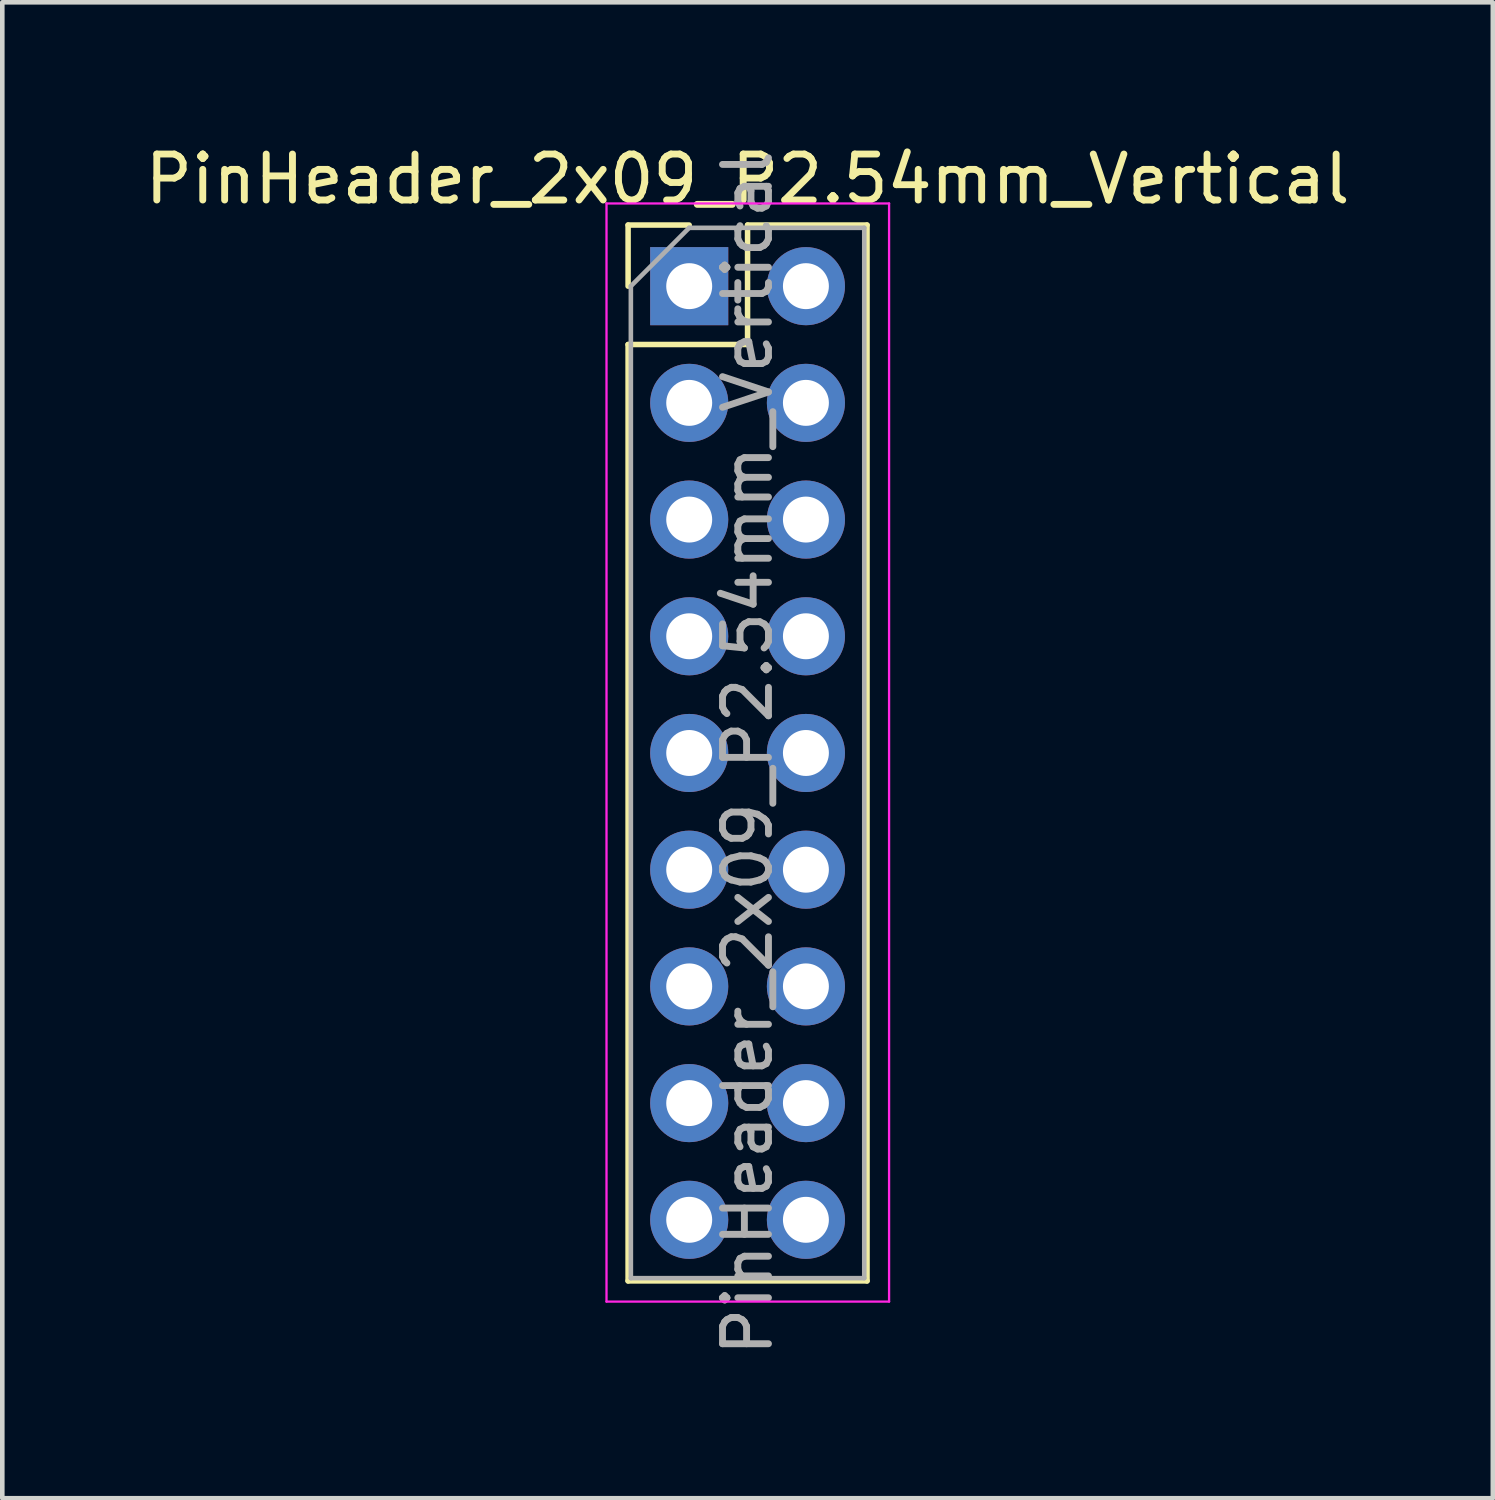
<source format=kicad_pcb>
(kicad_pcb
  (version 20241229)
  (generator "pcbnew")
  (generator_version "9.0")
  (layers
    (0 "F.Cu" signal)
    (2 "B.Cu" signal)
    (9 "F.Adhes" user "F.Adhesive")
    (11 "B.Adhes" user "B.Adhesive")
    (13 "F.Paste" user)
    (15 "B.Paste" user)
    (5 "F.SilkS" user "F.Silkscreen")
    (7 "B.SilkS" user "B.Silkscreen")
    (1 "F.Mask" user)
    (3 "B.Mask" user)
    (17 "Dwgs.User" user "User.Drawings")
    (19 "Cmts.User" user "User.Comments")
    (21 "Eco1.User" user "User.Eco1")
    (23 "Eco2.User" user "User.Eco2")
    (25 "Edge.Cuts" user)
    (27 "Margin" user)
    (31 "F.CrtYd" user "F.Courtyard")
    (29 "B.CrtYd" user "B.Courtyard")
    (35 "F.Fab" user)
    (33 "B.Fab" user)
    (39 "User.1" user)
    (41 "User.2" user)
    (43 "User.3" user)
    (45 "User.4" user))
  (footprint "PinHeader_2x09_P2.54mm_Vertical"
    (layer "F.Cu")
    (at 11.95 3.178)
    (property "Reference" "PinHeader_2x09_P2.54mm_Vertical" (at 1.27 -2.33 0) (layer "F.SilkS") (effects (font (size 1 1) (thickness 0.15))))
    (attr through_hole)
    (fp_line (start -1.33 -1.33) (end 0 -1.33) (stroke (width 0.12) (type solid)) (layer "F.SilkS"))
    (fp_line (start -1.33 0) (end -1.33 -1.33) (stroke (width 0.12) (type solid)) (layer "F.SilkS"))
    (fp_line (start -1.33 1.27) (end -1.33 21.65) (stroke (width 0.12) (type solid)) (layer "F.SilkS"))
    (fp_line (start -1.33 1.27) (end 1.27 1.27) (stroke (width 0.12) (type solid)) (layer "F.SilkS"))
    (fp_line (start -1.33 21.65) (end 3.87 21.65) (stroke (width 0.12) (type solid)) (layer "F.SilkS"))
    (fp_line (start 1.27 -1.33) (end 3.87 -1.33) (stroke (width 0.12) (type solid)) (layer "F.SilkS"))
    (fp_line (start 1.27 1.27) (end 1.27 -1.33) (stroke (width 0.12) (type solid)) (layer "F.SilkS"))
    (fp_line (start 3.87 -1.33) (end 3.87 21.65) (stroke (width 0.12) (type solid)) (layer "F.SilkS"))
    (fp_line (start -1.8 -1.8) (end -1.8 22.1) (stroke (width 0.05) (type solid)) (layer "F.CrtYd"))
    (fp_line (start -1.8 22.1) (end 4.35 22.1) (stroke (width 0.05) (type solid)) (layer "F.CrtYd"))
    (fp_line (start 4.35 -1.8) (end -1.8 -1.8) (stroke (width 0.05) (type solid)) (layer "F.CrtYd"))
    (fp_line (start 4.35 22.1) (end 4.35 -1.8) (stroke (width 0.05) (type solid)) (layer "F.CrtYd"))
    (fp_line (start -1.27 0) (end 0 -1.27) (stroke (width 0.1) (type solid)) (layer "F.Fab"))
    (fp_line (start -1.27 21.59) (end -1.27 0) (stroke (width 0.1) (type solid)) (layer "F.Fab"))
    (fp_line (start 0 -1.27) (end 3.81 -1.27) (stroke (width 0.1) (type solid)) (layer "F.Fab"))
    (fp_line (start 3.81 -1.27) (end 3.81 21.59) (stroke (width 0.1) (type solid)) (layer "F.Fab"))
    (fp_line (start 3.81 21.59) (end -1.27 21.59) (stroke (width 0.1) (type solid)) (layer "F.Fab"))
    (fp_text user "${REFERENCE}" (at 1.27 10.16 90) (layer "F.Fab") (effects (font (size 1 1) (thickness 0.15))))
    (pad "1" thru_hole rect (at 0 0) (size 1.7 1.7) (drill 1) (layers "*.Cu" "*.Mask"))
    (pad "2" thru_hole oval (at 2.54 0) (size 1.7 1.7) (drill 1) (layers "*.Cu" "*.Mask"))
    (pad "3" thru_hole oval (at 0 2.54) (size 1.7 1.7) (drill 1) (layers "*.Cu" "*.Mask"))
    (pad "4" thru_hole oval (at 2.54 2.54) (size 1.7 1.7) (drill 1) (layers "*.Cu" "*.Mask"))
    (pad "5" thru_hole oval (at 0 5.08) (size 1.7 1.7) (drill 1) (layers "*.Cu" "*.Mask"))
    (pad "6" thru_hole oval (at 2.54 5.08) (size 1.7 1.7) (drill 1) (layers "*.Cu" "*.Mask"))
    (pad "7" thru_hole oval (at 0 7.62) (size 1.7 1.7) (drill 1) (layers "*.Cu" "*.Mask"))
    (pad "8" thru_hole oval (at 2.54 7.62) (size 1.7 1.7) (drill 1) (layers "*.Cu" "*.Mask"))
    (pad "9" thru_hole oval (at 0 10.16) (size 1.7 1.7) (drill 1) (layers "*.Cu" "*.Mask"))
    (pad "10" thru_hole oval (at 2.54 10.16) (size 1.7 1.7) (drill 1) (layers "*.Cu" "*.Mask"))
    (pad "11" thru_hole oval (at 0 12.7) (size 1.7 1.7) (drill 1) (layers "*.Cu" "*.Mask"))
    (pad "12" thru_hole oval (at 2.54 12.7) (size 1.7 1.7) (drill 1) (layers "*.Cu" "*.Mask"))
    (pad "13" thru_hole oval (at 0 15.24) (size 1.7 1.7) (drill 1) (layers "*.Cu" "*.Mask"))
    (pad "14" thru_hole oval (at 2.54 15.24) (size 1.7 1.7) (drill 1) (layers "*.Cu" "*.Mask"))
    (pad "15" thru_hole oval (at 0 17.78) (size 1.7 1.7) (drill 1) (layers "*.Cu" "*.Mask"))
    (pad "16" thru_hole oval (at 2.54 17.78) (size 1.7 1.7) (drill 1) (layers "*.Cu" "*.Mask"))
    (pad "17" thru_hole oval (at 0 20.32) (size 1.7 1.7) (drill 1) (layers "*.Cu" "*.Mask"))
    (pad "18" thru_hole oval (at 2.54 20.32) (size 1.7 1.7) (drill 1) (layers "*.Cu" "*.Mask")))
  (gr_rect
    (start -3 -3)
    (end 29.44 29.558)
    (stroke (width 0.1) (type default))
    (fill no)
    (layer "Edge.Cuts")))
</source>
